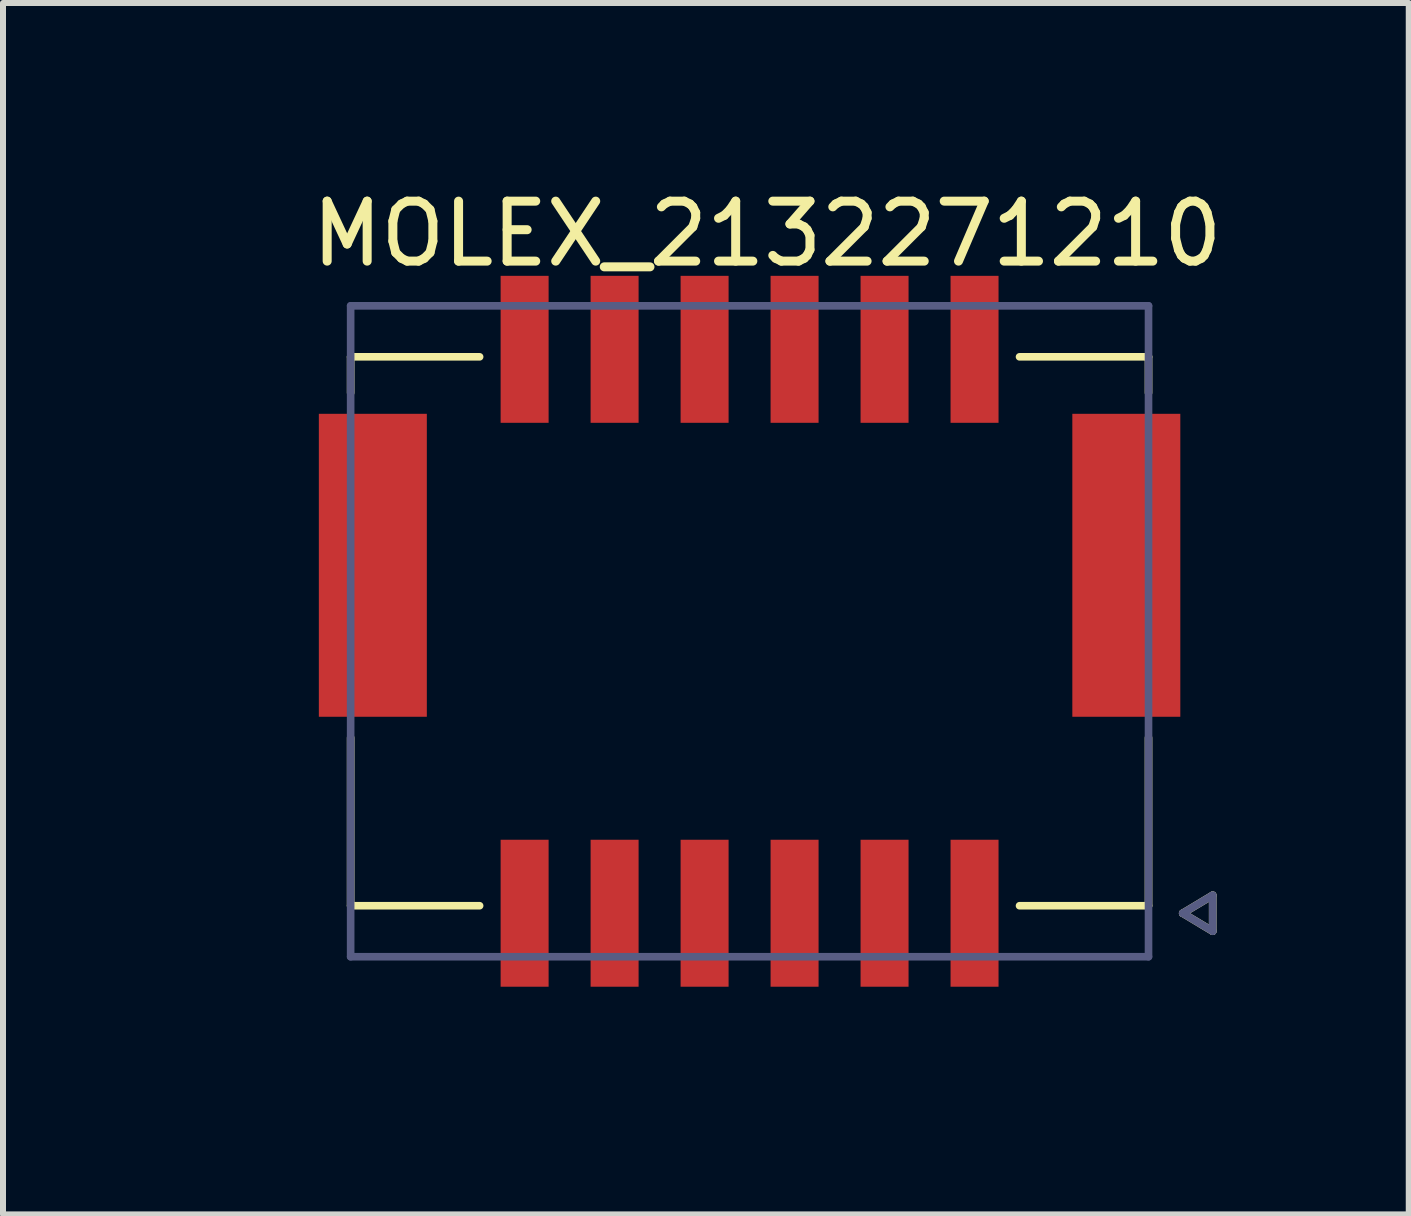
<source format=kicad_pcb>
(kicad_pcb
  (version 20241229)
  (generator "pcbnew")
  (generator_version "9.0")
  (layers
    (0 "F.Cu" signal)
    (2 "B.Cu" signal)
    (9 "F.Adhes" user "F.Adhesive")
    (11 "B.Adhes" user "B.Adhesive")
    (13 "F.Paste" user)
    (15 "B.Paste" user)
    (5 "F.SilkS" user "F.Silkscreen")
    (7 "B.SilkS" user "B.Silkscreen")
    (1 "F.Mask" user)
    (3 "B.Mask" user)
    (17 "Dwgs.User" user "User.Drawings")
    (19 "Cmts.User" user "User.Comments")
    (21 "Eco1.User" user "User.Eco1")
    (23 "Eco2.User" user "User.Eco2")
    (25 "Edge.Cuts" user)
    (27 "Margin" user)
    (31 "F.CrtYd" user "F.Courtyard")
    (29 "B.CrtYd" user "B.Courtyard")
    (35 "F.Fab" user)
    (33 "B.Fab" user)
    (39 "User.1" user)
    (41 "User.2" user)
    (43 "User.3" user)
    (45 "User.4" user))
  (footprint "MOLEX_2132271210"
    (layer "F.Cu")
    (at 9.445 7.473)
    (property "Reference" "MOLEX_2132271210" (at 0.292 -6.625 0) (layer "F.SilkS") (effects (font (size 1 1) (thickness 0.15))))
    (fp_line (start -6.65 -4.575) (end -4.5 -4.575) (stroke (width 0.127) (type solid)) (layer "F.SilkS"))
    (fp_line (start -6.65 -3.975) (end -6.65 -4.575) (stroke (width 0.127) (type solid)) (layer "F.SilkS"))
    (fp_line (start -6.65 4.575) (end -6.65 1.775) (stroke (width 0.127) (type solid)) (layer "F.SilkS"))
    (fp_line (start -6.65 4.575) (end -4.5 4.575) (stroke (width 0.127) (type solid)) (layer "F.SilkS"))
    (fp_line (start 4.5 -4.575) (end 6.65 -4.575) (stroke (width 0.127) (type solid)) (layer "F.SilkS"))
    (fp_line (start 4.5 4.575) (end 6.65 4.575) (stroke (width 0.127) (type solid)) (layer "F.SilkS"))
    (fp_line (start 6.65 -3.975) (end 6.65 -4.575) (stroke (width 0.127) (type solid)) (layer "F.SilkS"))
    (fp_line (start 6.65 4.575) (end 6.65 1.775) (stroke (width 0.127) (type solid)) (layer "F.SilkS"))
    (fp_line (start 7.22 4.7) (end 7.72 4.4) (stroke (width 0.127) (type solid)) (layer "F.SilkS"))
    (fp_line (start 7.22 4.7) (end 7.72 5) (stroke (width 0.127) (type solid)) (layer "F.SilkS"))
    (fp_line (start 7.72 5) (end 7.72 4.4) (stroke (width 0.127) (type solid)) (layer "F.SilkS"))
    (fp_line (start -9.42 -6.695) (end 7.92 -6.695) (stroke (width 0.05) (type solid)) (layer "Eco2.User"))
    (fp_line (start -9.42 6.695) (end -9.42 -6.695) (stroke (width 0.05) (type solid)) (layer "Eco2.User"))
    (fp_line (start -9.42 6.695) (end 7.92 6.695) (stroke (width 0.05) (type solid)) (layer "Eco2.User"))
    (fp_line (start 7.92 6.695) (end 7.92 -6.695) (stroke (width 0.05) (type solid)) (layer "Eco2.User"))
    (fp_line (start -6.65 -5.425) (end 6.65 -5.425) (stroke (width 0.127) (type solid)) (layer "B.Fab"))
    (fp_line (start -6.65 5.425) (end -6.65 -5.425) (stroke (width 0.127) (type solid)) (layer "B.Fab"))
    (fp_line (start -6.65 5.425) (end 6.65 5.425) (stroke (width 0.127) (type solid)) (layer "B.Fab"))
    (fp_line (start 6.65 5.425) (end 6.65 -5.425) (stroke (width 0.127) (type solid)) (layer "B.Fab"))
    (fp_line (start 7.22 4.7) (end 7.72 4.4) (stroke (width 0.127) (type solid)) (layer "B.Fab"))
    (fp_line (start 7.22 4.7) (end 7.72 5) (stroke (width 0.127) (type solid)) (layer "B.Fab"))
    (fp_line (start 7.72 5) (end 7.72 4.4) (stroke (width 0.127) (type solid)) (layer "B.Fab"))
    (pad "1" smd rect (at 3.75 4.7) (size 0.8 2.45) (layers "F.Cu" "F.Mask" "F.Paste"))
    (pad "2" smd rect (at 3.75 -4.7) (size 0.8 2.45) (layers "F.Cu" "F.Mask" "F.Paste"))
    (pad "3" smd rect (at 2.25 4.7) (size 0.8 2.45) (layers "F.Cu" "F.Mask" "F.Paste"))
    (pad "4" smd rect (at 2.25 -4.7) (size 0.8 2.45) (layers "F.Cu" "F.Mask" "F.Paste"))
    (pad "5" smd rect (at 0.75 4.7) (size 0.8 2.45) (layers "F.Cu" "F.Mask" "F.Paste"))
    (pad "6" smd rect (at 0.75 -4.7) (size 0.8 2.45) (layers "F.Cu" "F.Mask" "F.Paste"))
    (pad "7" smd rect (at -0.75 4.7) (size 0.8 2.45) (layers "F.Cu" "F.Mask" "F.Paste"))
    (pad "8" smd rect (at -0.75 -4.7) (size 0.8 2.45) (layers "F.Cu" "F.Mask" "F.Paste"))
    (pad "9" smd rect (at -2.25 4.7) (size 0.8 2.45) (layers "F.Cu" "F.Mask" "F.Paste"))
    (pad "10" smd rect (at -2.25 -4.7) (size 0.8 2.45) (layers "F.Cu" "F.Mask" "F.Paste"))
    (pad "11" smd rect (at -3.75 4.7) (size 0.8 2.45) (layers "F.Cu" "F.Mask" "F.Paste"))
    (pad "12" smd rect (at -3.75 -4.7) (size 0.8 2.45) (layers "F.Cu" "F.Mask" "F.Paste"))
    (pad "S1" smd rect (at 6.28 -1.1) (size 1.8 5.05) (layers "F.Cu" "F.Mask" "F.Paste"))
    (pad "S2" smd rect (at -6.28 -1.1) (size 1.8 5.05) (layers "F.Cu" "F.Mask" "F.Paste"))
    (zone (net_name "") (layers "F.Cu" "B.Cu") (hatch edge 0.5) (connect_pads) (min_thickness 0.25) (filled_areas_thickness no) (keepout (tracks not_allowed) (vias not_allowed) (pads not_allowed) (copperpour not_allowed) (footprints allowed)) (placement (enabled no)) (fill) (polygon (pts (xy 15.7 3.843) (xy 14.82 3.843) (xy 14.82 10.133) (xy 16.645 10.133) (xy 16.645 12.733) (xy 14.045 12.733) (xy 14.045 10.943) (xy 4.845 10.943) (xy 4.845 12.733) (xy 2.245 12.733) (xy 2.245 10.133) (xy 4.07 10.133) (xy 4.07 3.843) (xy 3.19 3.843) (xy 3.19 2.243) (xy 5.29 2.243) (xy 5.29 4.003) (xy 13.6 4.003) (xy 13.6 2.243) (xy 15.7 2.243)))))
  (gr_rect
    (start -3 -3)
    (end 20.433 17.193)
    (stroke (width 0.1) (type default))
    (fill no)
    (layer "Edge.Cuts")))
</source>
